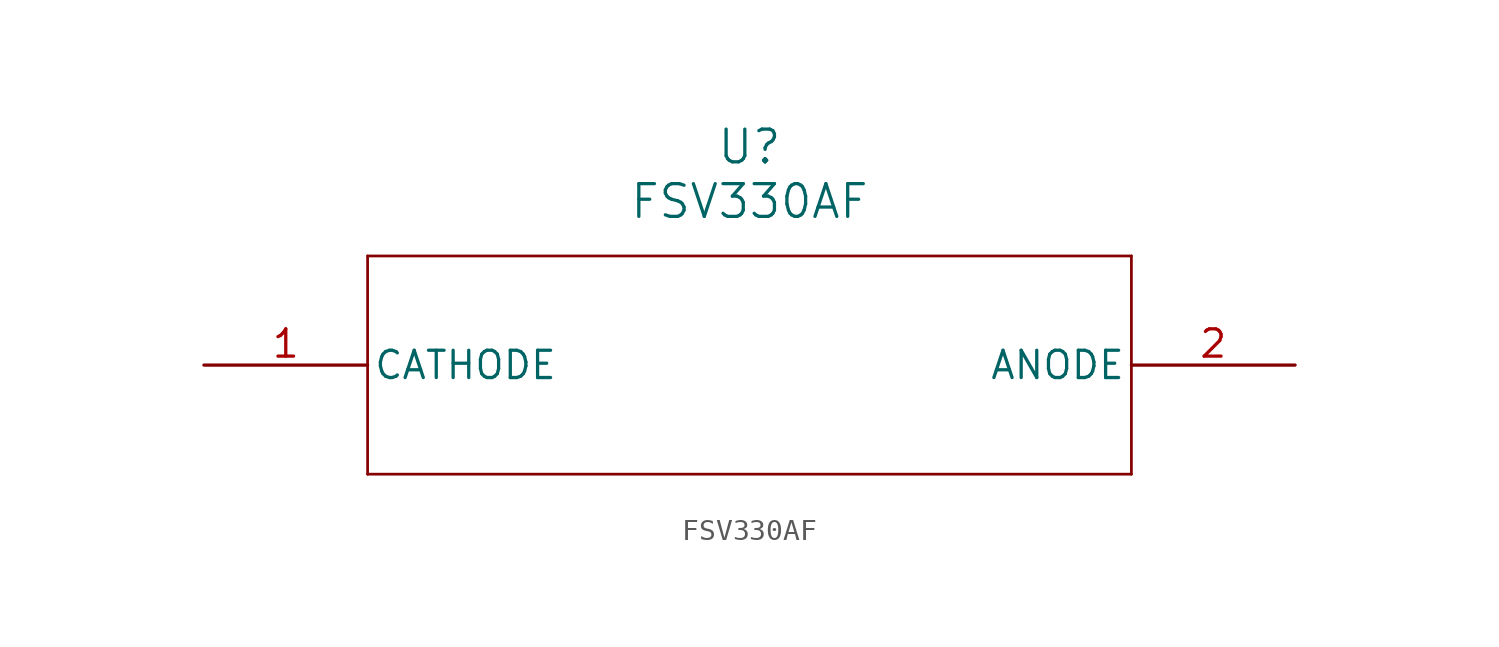
<source format=kicad_sym>
(kicad_symbol_lib
  (version 20211014)
  (generator kicad_symbol_editor)
  (symbol "FSV330AF"
    (pin_names
      (offset 0.254))
    (property "Reference" "U"
      (at 25.4 10.16 0)
      (effects (font (size 1.524 1.524))))
    (property "Value" "FSV330AF"
      (at 25.4 7.62 0)
      (effects (font (size 1.524 1.524))))
    (symbol "FSV330AF_0_1"
      (polyline (pts (xy 7.62 5.08) (xy 7.62 -5.08)) (stroke (width 0.127) (type default) (color 0 0 0 0)) (fill (type none)))
      (polyline (pts (xy 7.62 -5.08) (xy 43.18 -5.08)) (stroke (width 0.127) (type default) (color 0 0 0 0)) (fill (type none)))
      (polyline (pts (xy 43.18 -5.08) (xy 43.18 5.08)) (stroke (width 0.127) (type default) (color 0 0 0 0)) (fill (type none)))
      (polyline (pts (xy 43.18 5.08) (xy 7.62 5.08)) (stroke (width 0.127) (type default) (color 0 0 0 0)) (fill (type none)))
      (pin unspecified line (at 0 0 0) (length 7.62) (name "CATHODE" (effects (font (size 1.27 1.27)))) (number "1" (effects (font (size 1.27 1.27)))))
      (pin unspecified line (at 50.8 0 180) (length 7.62) (name "ANODE" (effects (font (size 1.27 1.27)))) (number "2" (effects (font (size 1.27 1.27))))))))
</source>
